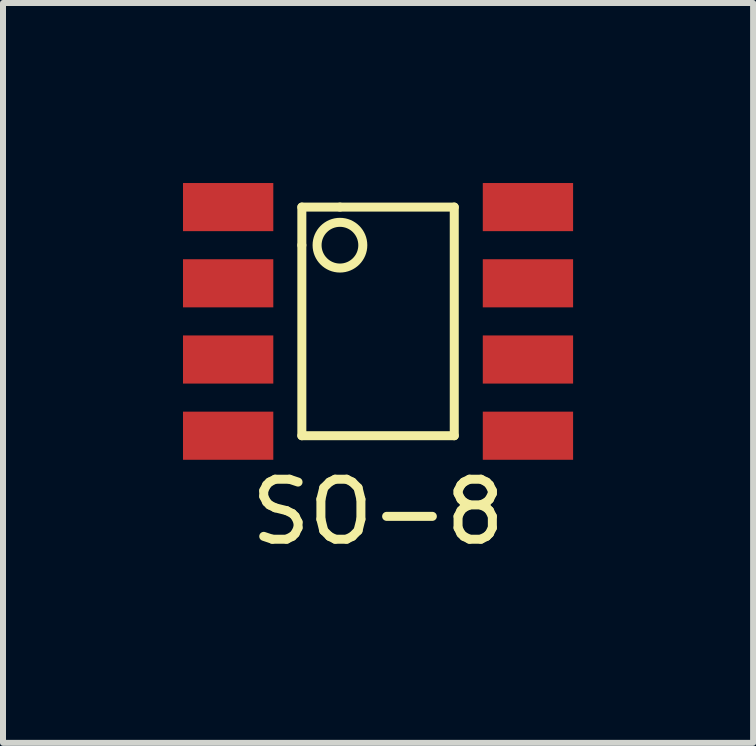
<source format=kicad_pcb>
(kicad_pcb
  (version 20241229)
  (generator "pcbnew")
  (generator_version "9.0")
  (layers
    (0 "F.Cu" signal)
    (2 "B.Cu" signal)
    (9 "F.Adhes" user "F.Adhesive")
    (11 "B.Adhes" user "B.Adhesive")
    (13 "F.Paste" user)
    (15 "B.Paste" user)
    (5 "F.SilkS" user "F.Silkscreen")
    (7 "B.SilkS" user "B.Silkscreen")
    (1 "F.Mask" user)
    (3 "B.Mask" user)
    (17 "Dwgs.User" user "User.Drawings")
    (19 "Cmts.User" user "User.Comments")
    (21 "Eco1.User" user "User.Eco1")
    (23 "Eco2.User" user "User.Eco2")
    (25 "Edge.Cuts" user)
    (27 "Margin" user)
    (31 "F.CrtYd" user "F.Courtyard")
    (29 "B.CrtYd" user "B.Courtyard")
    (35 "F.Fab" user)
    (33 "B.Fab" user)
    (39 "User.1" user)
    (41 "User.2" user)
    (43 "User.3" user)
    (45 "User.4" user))
  (footprint "SO-8"
    (layer "F.Cu")
    (at 3.25 2.306)
    (property "Reference" "SO-8" (at 0 3.175 0) (layer "F.SilkS") (effects (font (size 1 1) (thickness 0.15))))
    (attr through_hole)
    (fp_line (start -1.27 -1.905) (end -1.27 -1.27) (stroke (width 0.15) (type solid)) (layer "F.SilkS"))
    (fp_line (start -1.27 1.905) (end -1.27 -1.27) (stroke (width 0.15) (type solid)) (layer "F.SilkS"))
    (fp_line (start -0.635 -1.905) (end -1.27 -1.905) (stroke (width 0.15) (type solid)) (layer "F.SilkS"))
    (fp_line (start -0.635 -1.905) (end 1.27 -1.905) (stroke (width 0.15) (type solid)) (layer "F.SilkS"))
    (fp_line (start 1.27 -1.905) (end 1.27 1.905) (stroke (width 0.15) (type solid)) (layer "F.SilkS"))
    (fp_line (start 1.27 1.905) (end -1.27 1.905) (stroke (width 0.15) (type solid)) (layer "F.SilkS"))
    (fp_circle (center -0.635 -1.27) (end -0.635 -1.651) (stroke (width 0.15) (type solid)) (fill no) (layer "F.SilkS"))
    (pad "1" smd rect (at -2.498 -1.905) (size 1.505 0.802) (layers "F.Cu" "F.Mask" "F.Paste"))
    (pad "2" smd rect (at -2.498 -0.635) (size 1.505 0.802) (layers "F.Cu" "F.Mask" "F.Paste"))
    (pad "3" smd rect (at -2.498 0.635) (size 1.505 0.802) (layers "F.Cu" "F.Mask" "F.Paste"))
    (pad "4" smd rect (at -2.498 1.905) (size 1.505 0.802) (layers "F.Cu" "F.Mask" "F.Paste"))
    (pad "5" smd rect (at 2.498 1.905) (size 1.505 0.802) (layers "F.Cu" "F.Mask" "F.Paste"))
    (pad "6" smd rect (at 2.498 0.635) (size 1.505 0.802) (layers "F.Cu" "F.Mask" "F.Paste"))
    (pad "7" smd rect (at 2.498 -0.635) (size 1.505 0.802) (layers "F.Cu" "F.Mask" "F.Paste"))
    (pad "8" smd rect (at 2.498 -1.905) (size 1.505 0.802) (layers "F.Cu" "F.Mask" "F.Paste")))
  (gr_rect
    (start -3 -3)
    (end 9.5 9.329)
    (stroke (width 0.1) (type default))
    (fill no)
    (layer "Edge.Cuts")))
</source>
